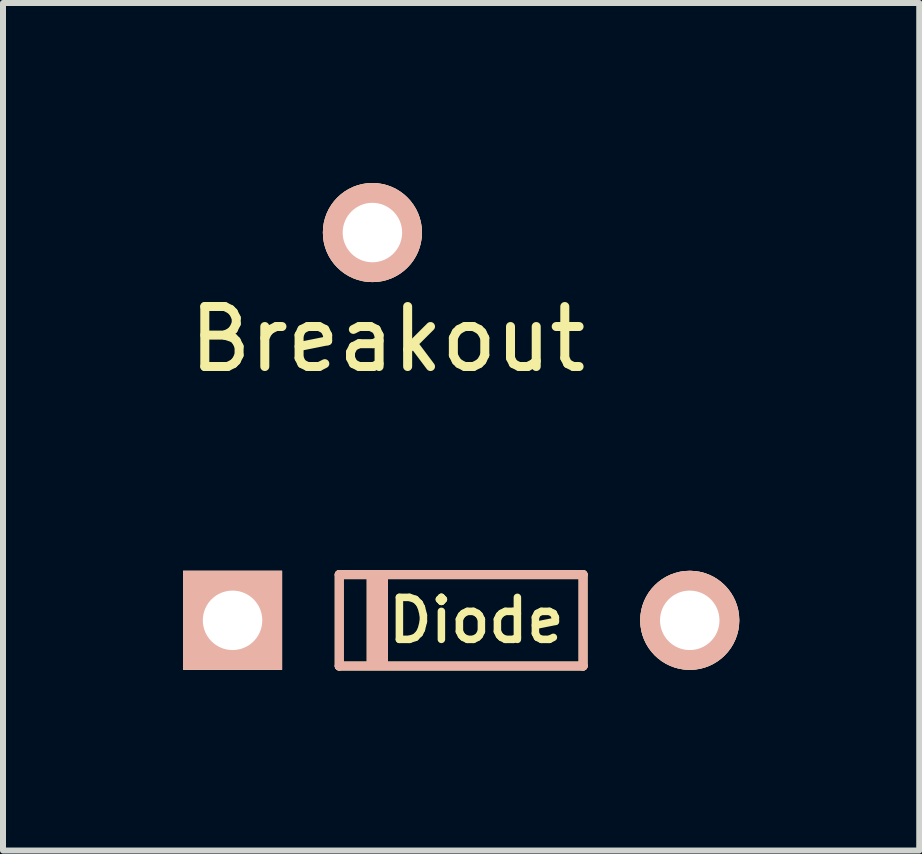
<source format=kicad_pcb>
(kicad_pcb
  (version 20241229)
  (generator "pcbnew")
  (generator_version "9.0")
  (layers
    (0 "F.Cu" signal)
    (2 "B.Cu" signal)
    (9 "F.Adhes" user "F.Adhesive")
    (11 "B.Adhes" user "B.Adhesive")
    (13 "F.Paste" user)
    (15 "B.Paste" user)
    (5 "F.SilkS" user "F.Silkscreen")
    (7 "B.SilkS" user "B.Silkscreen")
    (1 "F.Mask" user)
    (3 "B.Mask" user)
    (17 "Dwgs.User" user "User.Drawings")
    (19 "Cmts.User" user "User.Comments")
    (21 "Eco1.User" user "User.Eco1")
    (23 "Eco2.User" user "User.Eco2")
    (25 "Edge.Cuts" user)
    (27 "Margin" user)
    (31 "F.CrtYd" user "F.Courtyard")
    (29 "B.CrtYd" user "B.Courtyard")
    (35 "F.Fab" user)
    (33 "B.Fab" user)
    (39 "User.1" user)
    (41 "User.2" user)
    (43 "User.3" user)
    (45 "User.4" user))
  (footprint "Breakout"
    (layer "F.Cu")
    (at 3.157 0.826)
    (property "Reference" "Breakout" (at 0.254 1.778 0) (layer "F.SilkS") (effects (font (size 1 1) (thickness 0.15))))
    (attr through_hole)
    (pad "1" thru_hole circle (at 0 0 180) (size 1.651 1.651) (drill 0.991) (layers "*.Cu" "*.SilkS" "*.Mask")))
  (footprint "Diode"
    (layer "F.Cu")
    (at 4.636 7.289)
    (property "Reference" "Diode" (at 0.254 0 0) (layer "F.SilkS") (effects (font (size 0.7 0.7) (thickness 0.125))))
    (attr through_hole)
    (fp_line (start -2.032 -0.762) (end -2.032 0.762) (stroke (width 0.15) (type solid)) (layer "F.SilkS"))
    (fp_line (start -2.032 0.762) (end 2.032 0.762) (stroke (width 0.15) (type solid)) (layer "F.SilkS"))
    (fp_line (start 2.032 -0.762) (end -2.032 -0.762) (stroke (width 0.15) (type solid)) (layer "F.SilkS"))
    (fp_line (start 2.032 0.762) (end 2.032 -0.762) (stroke (width 0.15) (type solid)) (layer "F.SilkS"))
    (fp_poly (pts (xy -1.27 0.762) (xy -1.27 -0.762) (xy -1.524 -0.762) (xy -1.524 0.762)) (stroke (width 0.1) (type solid)) (fill yes) (layer "F.SilkS"))
    (fp_line (start -2.032 -0.762) (end 2.032 -0.762) (stroke (width 0.15) (type solid)) (layer "B.SilkS"))
    (fp_line (start -2.032 0.762) (end -2.032 -0.762) (stroke (width 0.15) (type solid)) (layer "B.SilkS"))
    (fp_line (start 2.032 -0.762) (end 2.032 0.762) (stroke (width 0.15) (type solid)) (layer "B.SilkS"))
    (fp_line (start 2.032 0.762) (end -2.032 0.762) (stroke (width 0.15) (type solid)) (layer "B.SilkS"))
    (fp_poly (pts (xy -1.27 -0.762) (xy -1.27 0.762) (xy -1.524 0.762) (xy -1.524 -0.762)) (stroke (width 0.1) (type solid)) (fill yes) (layer "B.SilkS"))
    (pad "1" thru_hole circle (at 3.81 0 180) (size 1.651 1.651) (drill 0.991) (layers "*.Cu" "*.SilkS" "*.Mask"))
    (pad "2" thru_hole rect (at -3.81 0 180) (size 1.651 1.651) (drill 0.991) (layers "*.Cu" "*.SilkS" "*.Mask")))
  (gr_rect
    (start -3 -3)
    (end 12.271 11.126)
    (stroke (width 0.1) (type default))
    (fill no)
    (layer "Edge.Cuts")))
</source>
